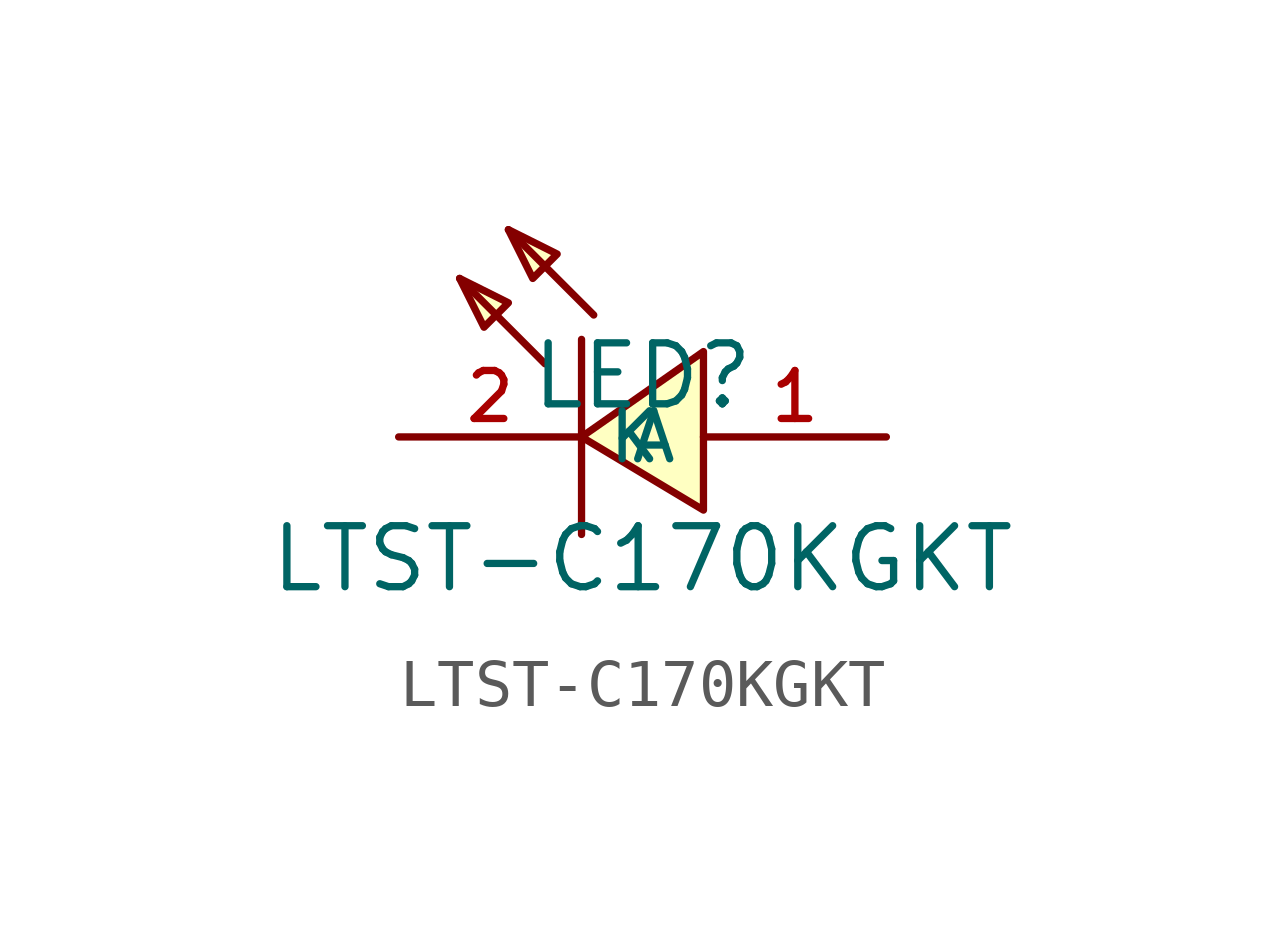
<source format=kicad_sym>
(kicad_symbol_lib
  (version 20210201)
  (generator TousstNicolas/JLC2KiCad_lib)
  (symbol "LTST-C170KGKT"
    (property "Reference" "LED"
      (at 0 1.27 0)
      (effects (font (size 1.27 1.27))))
    (property "Value" "LTST-C170KGKT"
      (at 0 -2.54 0)
      (effects (font (size 1.27 1.27))))
    (symbol "LTST-C170KGKT_0_1"
      (polyline (pts (xy -3.81 3.302) (xy -2.794 2.794) (xy -3.302 2.286) (xy -3.81 3.302)) (stroke (width 0) (type default) (color 0 0 0 0)) (fill (type background)))
      (polyline (pts (xy -2.794 4.318) (xy -1.778 3.81) (xy -2.286 3.302) (xy -2.794 4.318)) (stroke (width 0) (type default) (color 0 0 0 0)) (fill (type background)))
      (pin unspecified line (at -5.08 -0.0 0) (length 3.81) (name "K" (effects (font (size 1 1)))) (number "2" (effects (font (size 1 1)))))
      (polyline (pts (xy -2.032 1.524) (xy -3.81 3.302)) (stroke (width 0) (type default) (color 0 0 0 0)) (fill (type none)))
      (polyline (pts (xy -1.016 2.54) (xy -2.794 4.318)) (stroke (width 0) (type default) (color 0 0 0 0)) (fill (type none)))
      (pin unspecified line (at 5.08 -0.0 180) (length 3.81) (name "A" (effects (font (size 1 1)))) (number "1" (effects (font (size 1 1)))))
      (polyline (pts (xy -1.27 2.032) (xy -1.27 -2.032)) (stroke (width 0) (type default) (color 0 0 0 0)) (fill (type none)))
      (polyline (pts (xy 1.27 -1.524) (xy -1.27 -0.0) (xy 1.27 1.778) (xy 1.27 -1.524)) (stroke (width 0) (type default) (color 0 0 0 0)) (fill (type background))))))
</source>
